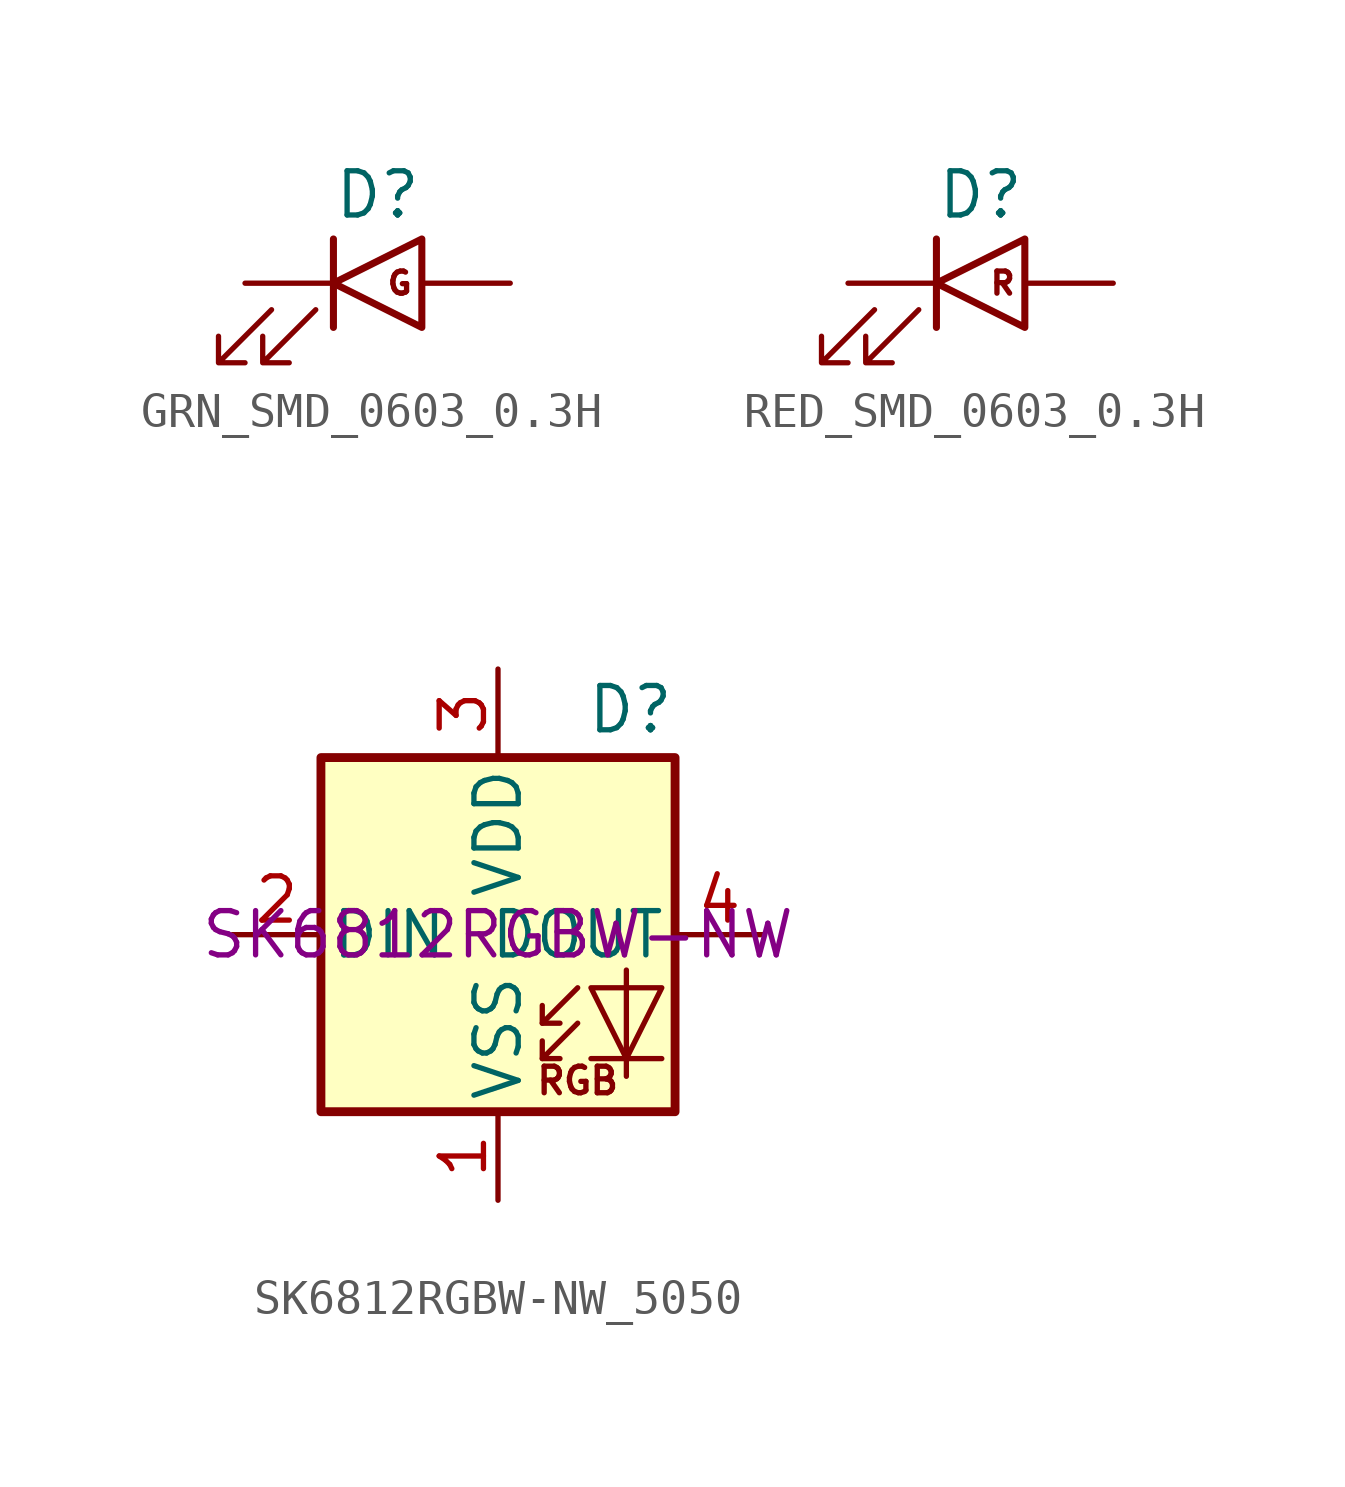
<source format=kicad_sym>
(kicad_symbol_lib
  (version 20211014)
  (generator kicad_symbol_editor)
  (symbol "GRN_SMD_0603_0.3H"
    (pin_numbers hide)
    (pin_names
      (offset 1.016) hide)
    (property "Reference" "D"
      (at 0 2.54 0)
      (effects (font (size 1.27 1.27))))
    (symbol "GRN_SMD_0603_0.3H_0_0"
      (text "G" (at 0.635 0 0) (effects (font (size 0.635 0.635)))))
    (symbol "GRN_SMD_0603_0.3H_0_1"
      (polyline (pts (xy -1.27 -1.27) (xy -1.27 1.27)) (stroke (width 0.203) (type default) (color 0 0 0 0)) (fill (type none)))
      (polyline (pts (xy 1.27 -1.27) (xy 1.27 1.27) (xy -1.27 0) (xy 1.27 -1.27)) (stroke (width 0.203) (type default) (color 0 0 0 0)) (fill (type none)))
      (polyline (pts (xy -3.048 -0.762) (xy -4.572 -2.286) (xy -3.81 -2.286) (xy -4.572 -2.286) (xy -4.572 -1.524)) (stroke (width 0) (type default) (color 0 0 0 0)) (fill (type none)))
      (polyline (pts (xy -1.778 -0.762) (xy -3.302 -2.286) (xy -2.54 -2.286) (xy -3.302 -2.286) (xy -3.302 -1.524)) (stroke (width 0) (type default) (color 0 0 0 0)) (fill (type none))))
    (symbol "GRN_SMD_0603_0.3H_1_1"
      (pin passive line (at -3.81 0 0) (length 2.54) (name "K" (effects (font (size 1.27 1.27)))) (number "1" (effects (font (size 1.27 1.27)))))
      (pin passive line (at 3.81 0 180) (length 2.54) (name "A" (effects (font (size 1.27 1.27)))) (number "2" (effects (font (size 1.27 1.27)))))))
  (symbol "RED_SMD_0603_0.3H"
    (pin_numbers hide)
    (pin_names
      (offset 1.016) hide)
    (property "Reference" "D"
      (at 0 2.54 0)
      (effects (font (size 1.27 1.27))))
    (symbol "RED_SMD_0603_0.3H_0_0"
      (text "R" (at 0.635 0 0) (effects (font (size 0.635 0.635)))))
    (symbol "RED_SMD_0603_0.3H_0_1"
      (polyline (pts (xy -1.27 -1.27) (xy -1.27 1.27)) (stroke (width 0.203) (type default) (color 0 0 0 0)) (fill (type none)))
      (polyline (pts (xy 1.27 -1.27) (xy 1.27 1.27) (xy -1.27 0) (xy 1.27 -1.27)) (stroke (width 0.203) (type default) (color 0 0 0 0)) (fill (type none)))
      (polyline (pts (xy -3.048 -0.762) (xy -4.572 -2.286) (xy -3.81 -2.286) (xy -4.572 -2.286) (xy -4.572 -1.524)) (stroke (width 0) (type default) (color 0 0 0 0)) (fill (type none)))
      (polyline (pts (xy -1.778 -0.762) (xy -3.302 -2.286) (xy -2.54 -2.286) (xy -3.302 -2.286) (xy -3.302 -1.524)) (stroke (width 0) (type default) (color 0 0 0 0)) (fill (type none))))
    (symbol "RED_SMD_0603_0.3H_1_1"
      (pin passive line (at -3.81 0 0) (length 2.54) (name "K" (effects (font (size 1.27 1.27)))) (number "1" (effects (font (size 1.27 1.27)))))
      (pin passive line (at 3.81 0 180) (length 2.54) (name "A" (effects (font (size 1.27 1.27)))) (number "2" (effects (font (size 1.27 1.27)))))))
  (symbol "SK6812RGBW-NW_5050"
    (pin_names
      (offset 0.254))
    (property "Reference" "D"
      (at 5.08 5.715 0)
      (effects (font (size 1.27 1.27)) (justify right bottom)))
    (property "Manufacturer Part Number" "SK6812RGBW-NW"
      (at 0 0 0)
      (effects (font (size 1.27 1.27))))
    (symbol "SK6812RGBW-NW_5050_0_0"
      (text "RGB" (at 2.286 -4.191 0) (effects (font (size 0.762 0.762)))))
    (symbol "SK6812RGBW-NW_5050_0_1"
      (polyline (pts (xy 1.27 -3.556) (xy 1.778 -3.556)) (stroke (width 0) (type default) (color 0 0 0 0)) (fill (type none)))
      (polyline (pts (xy 1.27 -2.54) (xy 1.778 -2.54)) (stroke (width 0) (type default) (color 0 0 0 0)) (fill (type none)))
      (polyline (pts (xy 4.699 -3.556) (xy 2.667 -3.556)) (stroke (width 0) (type default) (color 0 0 0 0)) (fill (type none)))
      (polyline (pts (xy 2.286 -2.54) (xy 1.27 -3.556) (xy 1.27 -3.048)) (stroke (width 0) (type default) (color 0 0 0 0)) (fill (type none)))
      (polyline (pts (xy 2.286 -1.524) (xy 1.27 -2.54) (xy 1.27 -2.032)) (stroke (width 0) (type default) (color 0 0 0 0)) (fill (type none)))
      (polyline (pts (xy 3.683 -1.016) (xy 3.683 -3.556) (xy 3.683 -4.064)) (stroke (width 0) (type default) (color 0 0 0 0)) (fill (type none)))
      (polyline (pts (xy 4.699 -1.524) (xy 2.667 -1.524) (xy 3.683 -3.556) (xy 4.699 -1.524)) (stroke (width 0) (type default) (color 0 0 0 0)) (fill (type none)))
      (rectangle (start 5.08 5.08) (end -5.08 -5.08) (stroke (width 0.254) (type default) (color 0 0 0 0)) (fill (type background))))
    (symbol "SK6812RGBW-NW_5050_1_1"
      (pin power_in line (at 0 -7.62 90) (length 2.54) (name "VSS" (effects (font (size 1.27 1.27)))) (number "1" (effects (font (size 1.27 1.27)))))
      (pin input line (at -7.62 0 0) (length 2.54) (name "DIN" (effects (font (size 1.27 1.27)))) (number "2" (effects (font (size 1.27 1.27)))))
      (pin power_in line (at 0 7.62 270) (length 2.54) (name "VDD" (effects (font (size 1.27 1.27)))) (number "3" (effects (font (size 1.27 1.27)))))
      (pin output line (at 7.62 0 180) (length 2.54) (name "DOUT" (effects (font (size 1.27 1.27)))) (number "4" (effects (font (size 1.27 1.27))))))))
</source>
